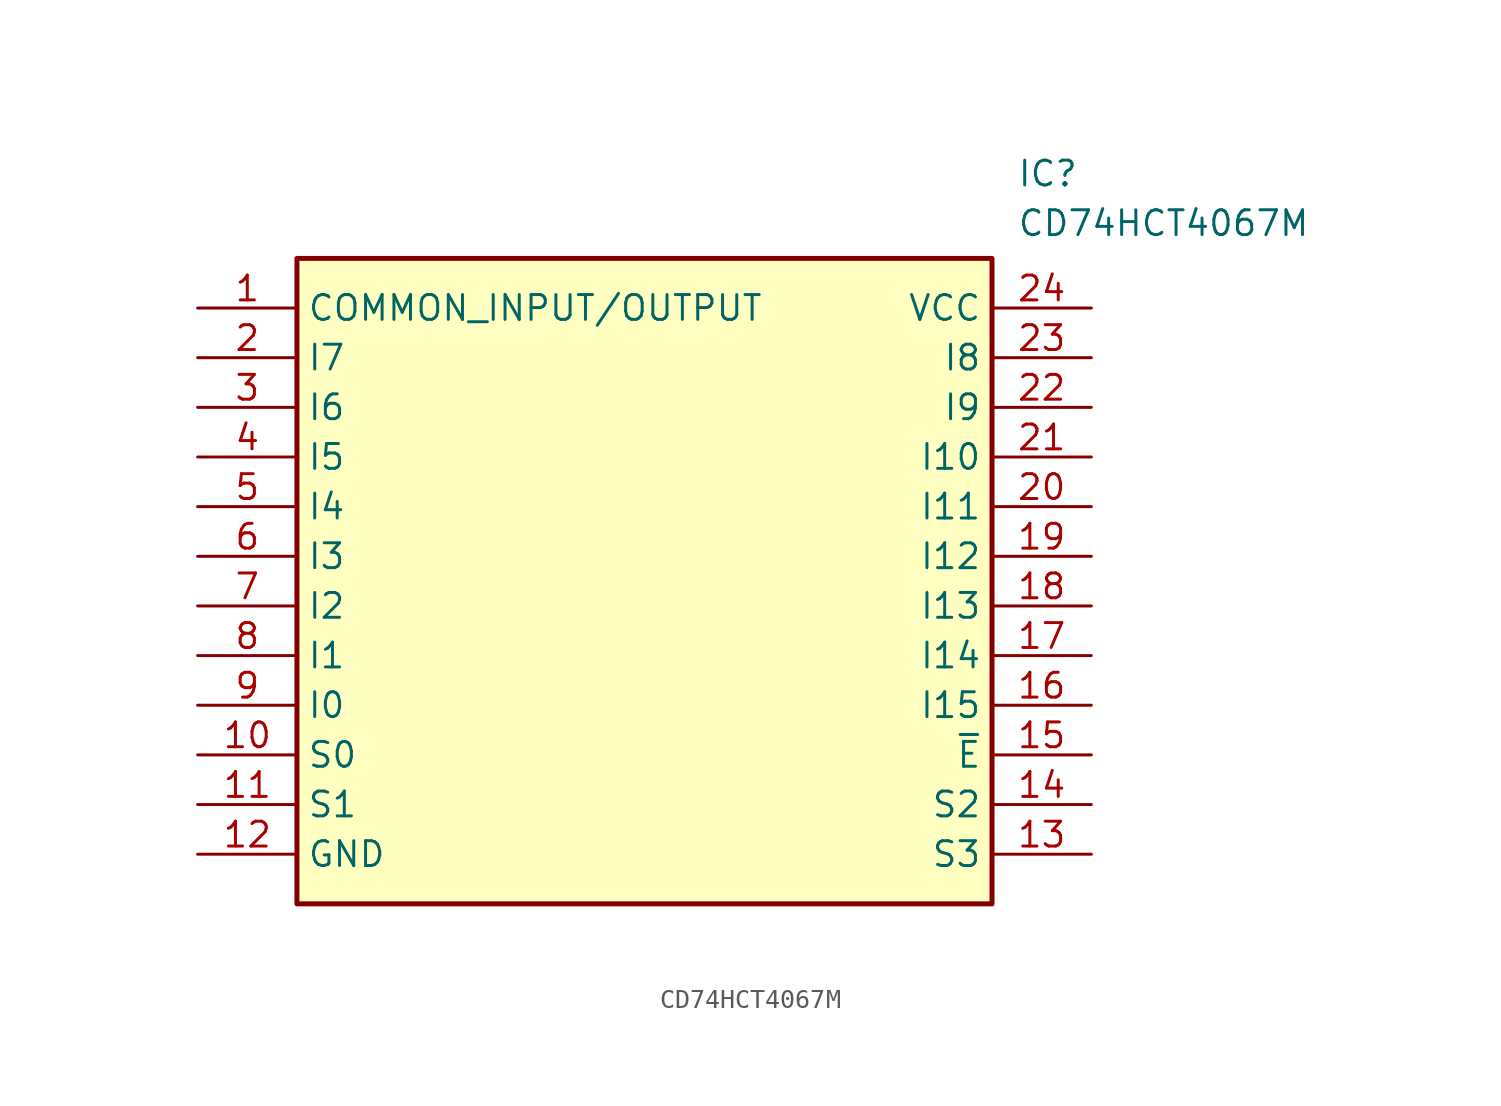
<source format=kicad_sym>
(kicad_symbol_lib
  (version 20211014)
  (generator SamacSys_ECAD_Model)
  (symbol "CD74HCT4067M"
    (property "Reference" "IC"
      (at 41.91 7.62 0)
      (effects (font (size 1.27 1.27)) (justify left top)))
    (property "Value" "CD74HCT4067M"
      (at 41.91 5.08 0)
      (effects (font (size 1.27 1.27)) (justify left top)))
    (rectangle
      (start 5.08 2.54)
      (end 40.64 -30.48)
      (stroke (width 0.254) (type default))
      (fill (type background)))
    (pin passive line
      (at 0 0 0)
      (length 5.08)
      (name "COMMON_INPUT/OUTPUT" (effects (font (size 1.27 1.27))))
      (number "1" (effects (font (size 1.27 1.27)))))
    (pin passive line
      (at 0 -2.54 0)
      (length 5.08)
      (name "I7" (effects (font (size 1.27 1.27))))
      (number "2" (effects (font (size 1.27 1.27)))))
    (pin passive line
      (at 0 -5.08 0)
      (length 5.08)
      (name "I6" (effects (font (size 1.27 1.27))))
      (number "3" (effects (font (size 1.27 1.27)))))
    (pin passive line
      (at 0 -7.62 0)
      (length 5.08)
      (name "I5" (effects (font (size 1.27 1.27))))
      (number "4" (effects (font (size 1.27 1.27)))))
    (pin passive line
      (at 0 -10.16 0)
      (length 5.08)
      (name "I4" (effects (font (size 1.27 1.27))))
      (number "5" (effects (font (size 1.27 1.27)))))
    (pin passive line
      (at 0 -12.7 0)
      (length 5.08)
      (name "I3" (effects (font (size 1.27 1.27))))
      (number "6" (effects (font (size 1.27 1.27)))))
    (pin passive line
      (at 0 -15.24 0)
      (length 5.08)
      (name "I2" (effects (font (size 1.27 1.27))))
      (number "7" (effects (font (size 1.27 1.27)))))
    (pin passive line
      (at 0 -17.78 0)
      (length 5.08)
      (name "I1" (effects (font (size 1.27 1.27))))
      (number "8" (effects (font (size 1.27 1.27)))))
    (pin passive line
      (at 0 -20.32 0)
      (length 5.08)
      (name "I0" (effects (font (size 1.27 1.27))))
      (number "9" (effects (font (size 1.27 1.27)))))
    (pin passive line
      (at 0 -22.86 0)
      (length 5.08)
      (name "S0" (effects (font (size 1.27 1.27))))
      (number "10" (effects (font (size 1.27 1.27)))))
    (pin passive line
      (at 0 -25.4 0)
      (length 5.08)
      (name "S1" (effects (font (size 1.27 1.27))))
      (number "11" (effects (font (size 1.27 1.27)))))
    (pin passive line
      (at 0 -27.94 0)
      (length 5.08)
      (name "GND" (effects (font (size 1.27 1.27))))
      (number "12" (effects (font (size 1.27 1.27)))))
    (pin passive line
      (at 45.72 0 180)
      (length 5.08)
      (name "VCC" (effects (font (size 1.27 1.27))))
      (number "24" (effects (font (size 1.27 1.27)))))
    (pin passive line
      (at 45.72 -2.54 180)
      (length 5.08)
      (name "I8" (effects (font (size 1.27 1.27))))
      (number "23" (effects (font (size 1.27 1.27)))))
    (pin passive line
      (at 45.72 -5.08 180)
      (length 5.08)
      (name "I9" (effects (font (size 1.27 1.27))))
      (number "22" (effects (font (size 1.27 1.27)))))
    (pin passive line
      (at 45.72 -7.62 180)
      (length 5.08)
      (name "I10" (effects (font (size 1.27 1.27))))
      (number "21" (effects (font (size 1.27 1.27)))))
    (pin passive line
      (at 45.72 -10.16 180)
      (length 5.08)
      (name "I11" (effects (font (size 1.27 1.27))))
      (number "20" (effects (font (size 1.27 1.27)))))
    (pin passive line
      (at 45.72 -12.7 180)
      (length 5.08)
      (name "I12" (effects (font (size 1.27 1.27))))
      (number "19" (effects (font (size 1.27 1.27)))))
    (pin passive line
      (at 45.72 -15.24 180)
      (length 5.08)
      (name "I13" (effects (font (size 1.27 1.27))))
      (number "18" (effects (font (size 1.27 1.27)))))
    (pin passive line
      (at 45.72 -17.78 180)
      (length 5.08)
      (name "I14" (effects (font (size 1.27 1.27))))
      (number "17" (effects (font (size 1.27 1.27)))))
    (pin passive line
      (at 45.72 -20.32 180)
      (length 5.08)
      (name "I15" (effects (font (size 1.27 1.27))))
      (number "16" (effects (font (size 1.27 1.27)))))
    (pin passive line
      (at 45.72 -22.86 180)
      (length 5.08)
      (name "~{E}" (effects (font (size 1.27 1.27))))
      (number "15" (effects (font (size 1.27 1.27)))))
    (pin passive line
      (at 45.72 -25.4 180)
      (length 5.08)
      (name "S2" (effects (font (size 1.27 1.27))))
      (number "14" (effects (font (size 1.27 1.27)))))
    (pin passive line
      (at 45.72 -27.94 180)
      (length 5.08)
      (name "S3" (effects (font (size 1.27 1.27))))
      (number "13" (effects (font (size 1.27 1.27)))))))
</source>
